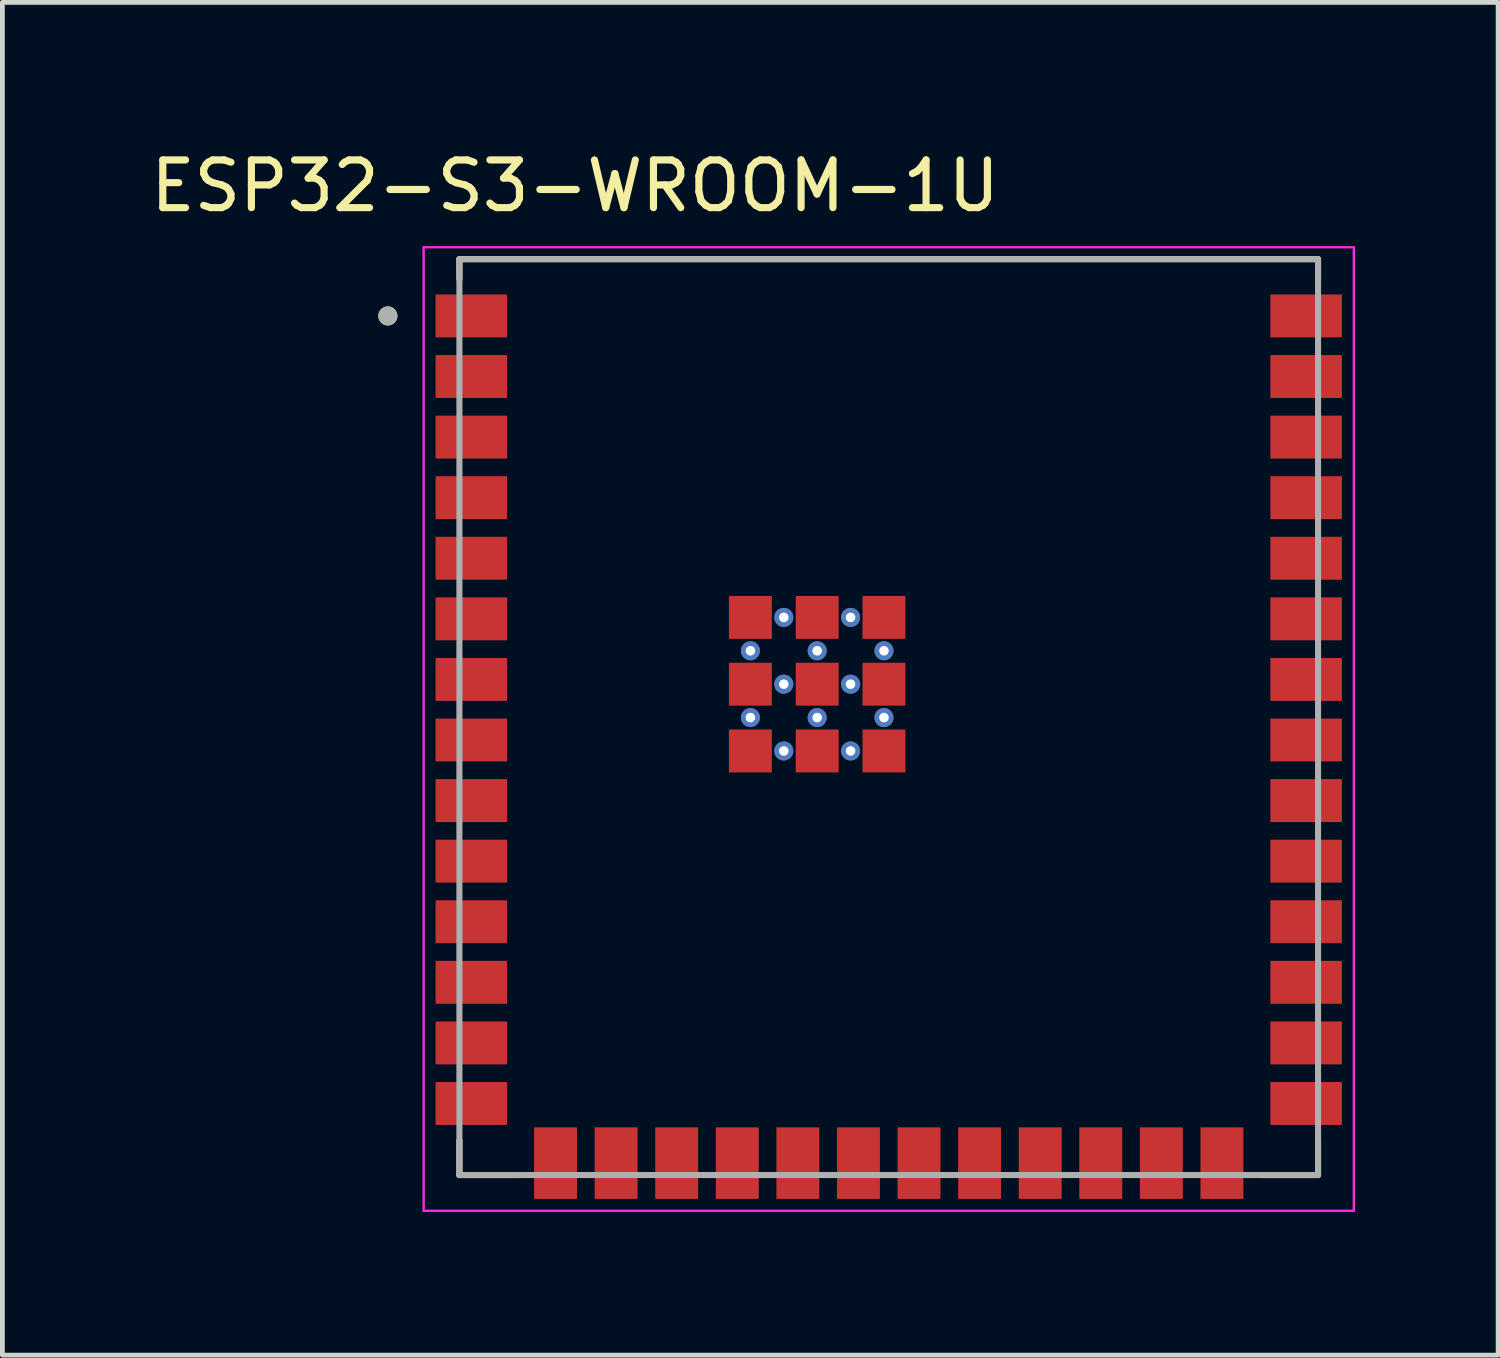
<source format=kicad_pcb>
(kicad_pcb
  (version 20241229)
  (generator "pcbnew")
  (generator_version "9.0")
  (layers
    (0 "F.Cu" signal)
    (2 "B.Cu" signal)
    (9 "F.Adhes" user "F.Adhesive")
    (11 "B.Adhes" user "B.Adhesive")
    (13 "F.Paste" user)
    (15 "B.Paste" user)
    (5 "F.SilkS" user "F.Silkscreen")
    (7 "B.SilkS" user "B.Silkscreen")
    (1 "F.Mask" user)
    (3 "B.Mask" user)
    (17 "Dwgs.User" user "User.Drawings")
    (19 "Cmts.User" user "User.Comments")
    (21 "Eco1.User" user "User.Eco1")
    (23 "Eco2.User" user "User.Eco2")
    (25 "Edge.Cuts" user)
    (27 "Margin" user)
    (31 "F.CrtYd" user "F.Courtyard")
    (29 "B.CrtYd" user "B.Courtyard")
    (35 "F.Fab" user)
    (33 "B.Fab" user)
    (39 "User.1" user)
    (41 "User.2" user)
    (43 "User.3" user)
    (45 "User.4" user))
  (footprint "ESP32-S3-WROOM-1U"
    (layer "F.Cu")
    (at 15.581 11.983)
    (property "Reference" "ESP32-S3-WROOM-1U" (at -6.575 -11.135 0) (layer "F.SilkS") (effects (font (size 1 1) (thickness 0.15))))
    (attr smd)
    (fp_line (start -9 -9.6) (end 9 -9.6) (stroke (width 0.127) (type solid)) (layer "F.SilkS"))
    (fp_line (start -9 -9.18) (end -9 -9.6) (stroke (width 0.127) (type solid)) (layer "F.SilkS"))
    (fp_line (start -9 9.6) (end -9 8.87) (stroke (width 0.127) (type solid)) (layer "F.SilkS"))
    (fp_line (start -7.755 9.6) (end -9 9.6) (stroke (width 0.127) (type solid)) (layer "F.SilkS"))
    (fp_line (start 9 -9.6) (end 9 -9.18) (stroke (width 0.127) (type solid)) (layer "F.SilkS"))
    (fp_line (start 9 9.6) (end 7.755 9.6) (stroke (width 0.127) (type solid)) (layer "F.SilkS"))
    (fp_line (start 9 9.6) (end 9 8.87) (stroke (width 0.127) (type solid)) (layer "F.SilkS"))
    (fp_circle (center -10.5 -8.41) (end -10.4 -8.41) (stroke (width 0.2) (type solid)) (fill no) (layer "F.SilkS"))
    (fp_line (start -9.75 -9.85) (end -9.75 10.35) (stroke (width 0.05) (type solid)) (layer "F.CrtYd"))
    (fp_line (start -9.75 10.35) (end 9.75 10.35) (stroke (width 0.05) (type solid)) (layer "F.CrtYd"))
    (fp_line (start 9.75 -9.85) (end -9.75 -9.85) (stroke (width 0.05) (type solid)) (layer "F.CrtYd"))
    (fp_line (start 9.75 10.35) (end 9.75 -9.85) (stroke (width 0.05) (type solid)) (layer "F.CrtYd"))
    (fp_line (start -9 -9.6) (end 9 -9.6) (stroke (width 0.127) (type solid)) (layer "F.Fab"))
    (fp_line (start -9 9.6) (end -9 -9.6) (stroke (width 0.127) (type solid)) (layer "F.Fab"))
    (fp_line (start 9 -9.6) (end 9 9.6) (stroke (width 0.127) (type solid)) (layer "F.Fab"))
    (fp_line (start 9 9.6) (end -9 9.6) (stroke (width 0.127) (type solid)) (layer "F.Fab"))
    (fp_circle (center -10.5 -8.41) (end -10.4 -8.41) (stroke (width 0.2) (type solid)) (fill no) (layer "F.Fab"))
    (pad "1" smd rect (at -8.75 -8.41) (size 1.5 0.9) (layers "F.Cu" "F.Mask" "F.Paste"))
    (pad "2" smd rect (at -8.75 -7.14) (size 1.5 0.9) (layers "F.Cu" "F.Mask" "F.Paste"))
    (pad "3" smd rect (at -8.75 -5.87) (size 1.5 0.9) (layers "F.Cu" "F.Mask" "F.Paste"))
    (pad "4" smd rect (at -8.75 -4.6) (size 1.5 0.9) (layers "F.Cu" "F.Mask" "F.Paste"))
    (pad "5" smd rect (at -8.75 -3.33) (size 1.5 0.9) (layers "F.Cu" "F.Mask" "F.Paste"))
    (pad "6" smd rect (at -8.75 -2.06) (size 1.5 0.9) (layers "F.Cu" "F.Mask" "F.Paste"))
    (pad "7" smd rect (at -8.75 -0.79) (size 1.5 0.9) (layers "F.Cu" "F.Mask" "F.Paste"))
    (pad "8" smd rect (at -8.75 0.48) (size 1.5 0.9) (layers "F.Cu" "F.Mask" "F.Paste"))
    (pad "9" smd rect (at -8.75 1.75) (size 1.5 0.9) (layers "F.Cu" "F.Mask" "F.Paste"))
    (pad "10" smd rect (at -8.75 3.02) (size 1.5 0.9) (layers "F.Cu" "F.Mask" "F.Paste"))
    (pad "11" smd rect (at -8.75 4.29) (size 1.5 0.9) (layers "F.Cu" "F.Mask" "F.Paste"))
    (pad "12" smd rect (at -8.75 5.56) (size 1.5 0.9) (layers "F.Cu" "F.Mask" "F.Paste"))
    (pad "13" smd rect (at -8.75 6.83) (size 1.5 0.9) (layers "F.Cu" "F.Mask" "F.Paste"))
    (pad "14" smd rect (at -8.75 8.1) (size 1.5 0.9) (layers "F.Cu" "F.Mask" "F.Paste"))
    (pad "15" smd rect (at -6.985 9.35) (size 0.9 1.5) (layers "F.Cu" "F.Mask" "F.Paste"))
    (pad "16" smd rect (at -5.715 9.35) (size 0.9 1.5) (layers "F.Cu" "F.Mask" "F.Paste"))
    (pad "17" smd rect (at -4.445 9.35) (size 0.9 1.5) (layers "F.Cu" "F.Mask" "F.Paste"))
    (pad "18" smd rect (at -3.175 9.35) (size 0.9 1.5) (layers "F.Cu" "F.Mask" "F.Paste"))
    (pad "19" smd rect (at -1.905 9.35) (size 0.9 1.5) (layers "F.Cu" "F.Mask" "F.Paste"))
    (pad "20" smd rect (at -0.635 9.35) (size 0.9 1.5) (layers "F.Cu" "F.Mask" "F.Paste"))
    (pad "21" smd rect (at 0.635 9.35) (size 0.9 1.5) (layers "F.Cu" "F.Mask" "F.Paste"))
    (pad "22" smd rect (at 1.905 9.35) (size 0.9 1.5) (layers "F.Cu" "F.Mask" "F.Paste"))
    (pad "23" smd rect (at 3.175 9.35) (size 0.9 1.5) (layers "F.Cu" "F.Mask" "F.Paste"))
    (pad "24" smd rect (at 4.445 9.35) (size 0.9 1.5) (layers "F.Cu" "F.Mask" "F.Paste"))
    (pad "25" smd rect (at 5.715 9.35) (size 0.9 1.5) (layers "F.Cu" "F.Mask" "F.Paste"))
    (pad "26" smd rect (at 6.985 9.35) (size 0.9 1.5) (layers "F.Cu" "F.Mask" "F.Paste"))
    (pad "27" smd rect (at 8.75 8.1) (size 1.5 0.9) (layers "F.Cu" "F.Mask" "F.Paste"))
    (pad "28" smd rect (at 8.75 6.83) (size 1.5 0.9) (layers "F.Cu" "F.Mask" "F.Paste"))
    (pad "29" smd rect (at 8.75 5.56) (size 1.5 0.9) (layers "F.Cu" "F.Mask" "F.Paste"))
    (pad "30" smd rect (at 8.75 4.29) (size 1.5 0.9) (layers "F.Cu" "F.Mask" "F.Paste"))
    (pad "31" smd rect (at 8.75 3.02) (size 1.5 0.9) (layers "F.Cu" "F.Mask" "F.Paste"))
    (pad "32" smd rect (at 8.75 1.75) (size 1.5 0.9) (layers "F.Cu" "F.Mask" "F.Paste"))
    (pad "33" smd rect (at 8.75 0.48) (size 1.5 0.9) (layers "F.Cu" "F.Mask" "F.Paste"))
    (pad "34" smd rect (at 8.75 -0.79) (size 1.5 0.9) (layers "F.Cu" "F.Mask" "F.Paste"))
    (pad "35" smd rect (at 8.75 -2.06) (size 1.5 0.9) (layers "F.Cu" "F.Mask" "F.Paste"))
    (pad "36" smd rect (at 8.75 -3.33) (size 1.5 0.9) (layers "F.Cu" "F.Mask" "F.Paste"))
    (pad "37" smd rect (at 8.75 -4.6) (size 1.5 0.9) (layers "F.Cu" "F.Mask" "F.Paste"))
    (pad "38" smd rect (at 8.75 -5.87) (size 1.5 0.9) (layers "F.Cu" "F.Mask" "F.Paste"))
    (pad "39" smd rect (at 8.75 -7.14) (size 1.5 0.9) (layers "F.Cu" "F.Mask" "F.Paste"))
    (pad "40" smd rect (at 8.75 -8.41) (size 1.5 0.9) (layers "F.Cu" "F.Mask" "F.Paste"))
    (pad "41_1" smd rect (at -2.9 -2.09) (size 0.9 0.9) (layers "F.Cu" "F.Mask" "F.Paste"))
    (pad "41_2" smd rect (at -1.5 -2.09) (size 0.9 0.9) (layers "F.Cu" "F.Mask" "F.Paste"))
    (pad "41_3" smd rect (at -0.1 -2.09) (size 0.9 0.9) (layers "F.Cu" "F.Mask" "F.Paste"))
    (pad "41_4" smd rect (at -2.9 -0.69) (size 0.9 0.9) (layers "F.Cu" "F.Mask" "F.Paste"))
    (pad "41_5" smd rect (at -1.5 -0.69) (size 0.9 0.9) (layers "F.Cu" "F.Mask" "F.Paste"))
    (pad "41_6" smd rect (at -0.1 -0.69) (size 0.9 0.9) (layers "F.Cu" "F.Mask" "F.Paste"))
    (pad "41_7" smd rect (at -2.9 0.71) (size 0.9 0.9) (layers "F.Cu" "F.Mask" "F.Paste"))
    (pad "41_8" smd rect (at -1.5 0.71) (size 0.9 0.9) (layers "F.Cu" "F.Mask" "F.Paste"))
    (pad "41_9" smd rect (at -0.1 0.71) (size 0.9 0.9) (layers "F.Cu" "F.Mask" "F.Paste"))
    (pad "41_10" thru_hole circle (at -2.2 -2.09) (size 0.4 0.4) (drill 0.2) (layers "*.Cu"))
    (pad "41_11" thru_hole circle (at -0.8 -2.09) (size 0.4 0.4) (drill 0.2) (layers "*.Cu"))
    (pad "41_12" thru_hole circle (at -2.9 -1.39) (size 0.4 0.4) (drill 0.2) (layers "*.Cu"))
    (pad "41_13" thru_hole circle (at -1.5 -1.39) (size 0.4 0.4) (drill 0.2) (layers "*.Cu"))
    (pad "41_14" thru_hole circle (at -0.1 -1.39) (size 0.4 0.4) (drill 0.2) (layers "*.Cu"))
    (pad "41_15" thru_hole circle (at -2.2 -0.69) (size 0.4 0.4) (drill 0.2) (layers "*.Cu"))
    (pad "41_16" thru_hole circle (at -0.8 -0.69) (size 0.4 0.4) (drill 0.2) (layers "*.Cu"))
    (pad "41_17" thru_hole circle (at -2.9 0.01) (size 0.4 0.4) (drill 0.2) (layers "*.Cu"))
    (pad "41_18" thru_hole circle (at -1.5 0.01) (size 0.4 0.4) (drill 0.2) (layers "*.Cu"))
    (pad "41_19" thru_hole circle (at -0.1 0.01) (size 0.4 0.4) (drill 0.2) (layers "*.Cu"))
    (pad "41_20" thru_hole circle (at -2.2 0.71) (size 0.4 0.4) (drill 0.2) (layers "*.Cu"))
    (pad "41_21" thru_hole circle (at -0.8 0.71) (size 0.4 0.4) (drill 0.2) (layers "*.Cu")))
  (gr_rect
    (start -3 -3)
    (end 28.356 25.358)
    (stroke (width 0.1) (type default))
    (fill no)
    (layer "Edge.Cuts")))
</source>
